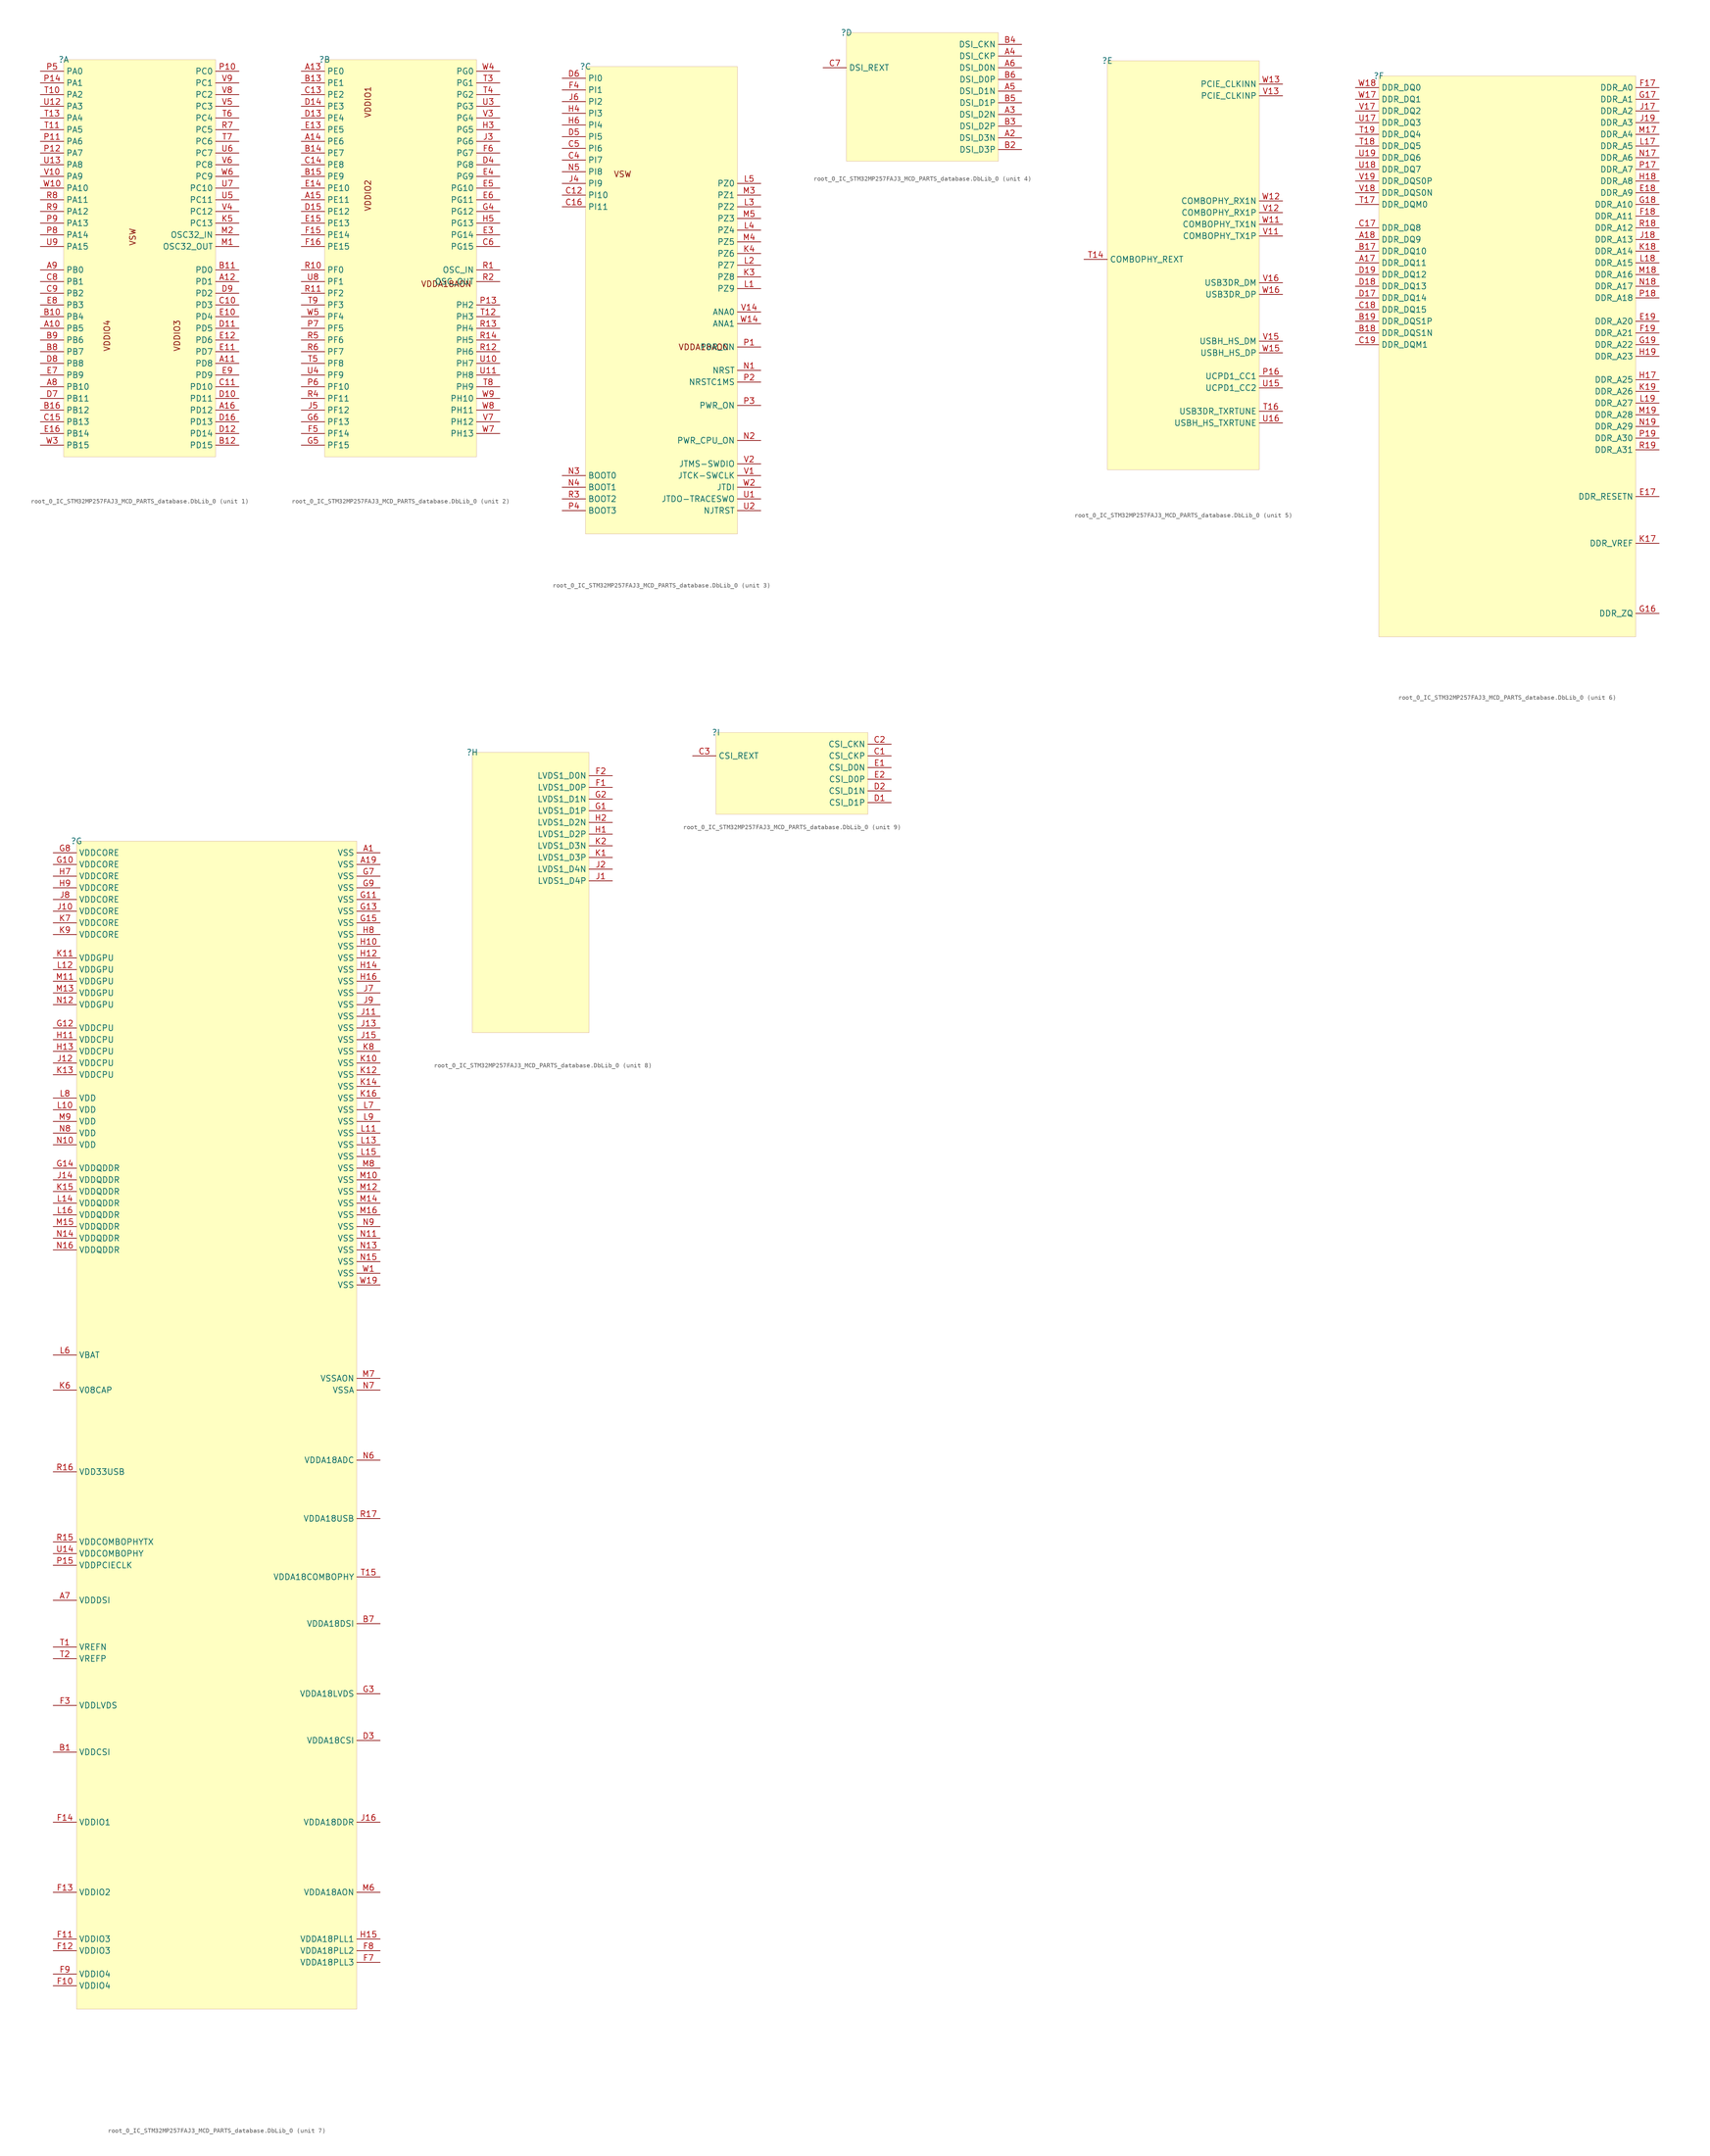
<source format=kicad_sym>
(kicad_symbol_lib
  (version 20241209)
  (generator "kicad_symbol_editor")
  (generator_version "9.0")
  (symbol "root_0_IC_STM32MP257FAJ3_MCD_PARTS_database.DbLib_0"
    (property "Reference" ""
      (at 0 0 0)
      (effects (font (size 1.27 1.27))))
    (property "Value" ""
      (at 0 0 0)
      (effects (font (size 1.27 1.27))))
    (symbol "root_0_IC_STM32MP257FAJ3_MCD_PARTS_database.DbLib_0_1_0"
      (rectangle (start 33.02 0) (end 0 -86.36) (stroke (width 0.025) (type solid) (color 128 0 0 1)) (fill (type background)))
      (text "VDDIO4" (at 10.16 -63.5 900) (effects (font (size 1.27 1.27)) (justify left bottom)))
      (text "VSW" (at 15.748 -36.576 900) (effects (font (size 1.27 1.27)) (justify right bottom)))
      (text "VDDIO3" (at 25.4 -63.5 900) (effects (font (size 1.27 1.27)) (justify left bottom)))
      (pin passive line (at -5.08 -2.54 0) (length 5.08) (name "PA0" (effects (font (size 1.27 1.27)))) (number "P5" (effects (font (size 1.27 1.27)))))
      (pin passive line (at -5.08 -5.08 0) (length 5.08) (name "PA1" (effects (font (size 1.27 1.27)))) (number "P14" (effects (font (size 1.27 1.27)))))
      (pin passive line (at -5.08 -7.62 0) (length 5.08) (name "PA2" (effects (font (size 1.27 1.27)))) (number "T10" (effects (font (size 1.27 1.27)))))
      (pin passive line (at -5.08 -10.16 0) (length 5.08) (name "PA3" (effects (font (size 1.27 1.27)))) (number "U12" (effects (font (size 1.27 1.27)))))
      (pin passive line (at -5.08 -12.7 0) (length 5.08) (name "PA4" (effects (font (size 1.27 1.27)))) (number "T13" (effects (font (size 1.27 1.27)))))
      (pin passive line (at -5.08 -15.24 0) (length 5.08) (name "PA5" (effects (font (size 1.27 1.27)))) (number "T11" (effects (font (size 1.27 1.27)))))
      (pin passive line (at -5.08 -17.78 0) (length 5.08) (name "PA6" (effects (font (size 1.27 1.27)))) (number "P11" (effects (font (size 1.27 1.27)))))
      (pin passive line (at -5.08 -20.32 0) (length 5.08) (name "PA7" (effects (font (size 1.27 1.27)))) (number "P12" (effects (font (size 1.27 1.27)))))
      (pin passive line (at -5.08 -22.86 0) (length 5.08) (name "PA8" (effects (font (size 1.27 1.27)))) (number "U13" (effects (font (size 1.27 1.27)))))
      (pin passive line (at -5.08 -25.4 0) (length 5.08) (name "PA9" (effects (font (size 1.27 1.27)))) (number "V10" (effects (font (size 1.27 1.27)))))
      (pin passive line (at -5.08 -27.94 0) (length 5.08) (name "PA10" (effects (font (size 1.27 1.27)))) (number "W10" (effects (font (size 1.27 1.27)))))
      (pin passive line (at -5.08 -30.48 0) (length 5.08) (name "PA11" (effects (font (size 1.27 1.27)))) (number "R8" (effects (font (size 1.27 1.27)))))
      (pin passive line (at -5.08 -33.02 0) (length 5.08) (name "PA12" (effects (font (size 1.27 1.27)))) (number "R9" (effects (font (size 1.27 1.27)))))
      (pin passive line (at -5.08 -35.56 0) (length 5.08) (name "PA13" (effects (font (size 1.27 1.27)))) (number "P9" (effects (font (size 1.27 1.27)))))
      (pin passive line (at -5.08 -38.1 0) (length 5.08) (name "PA14" (effects (font (size 1.27 1.27)))) (number "P8" (effects (font (size 1.27 1.27)))))
      (pin passive line (at -5.08 -40.64 0) (length 5.08) (name "PA15" (effects (font (size 1.27 1.27)))) (number "U9" (effects (font (size 1.27 1.27)))))
      (pin passive line (at -5.08 -45.72 0) (length 5.08) (name "PB0" (effects (font (size 1.27 1.27)))) (number "A9" (effects (font (size 1.27 1.27)))))
      (pin passive line (at -5.08 -48.26 0) (length 5.08) (name "PB1" (effects (font (size 1.27 1.27)))) (number "C8" (effects (font (size 1.27 1.27)))))
      (pin passive line (at -5.08 -50.8 0) (length 5.08) (name "PB2" (effects (font (size 1.27 1.27)))) (number "C9" (effects (font (size 1.27 1.27)))))
      (pin passive line (at -5.08 -53.34 0) (length 5.08) (name "PB3" (effects (font (size 1.27 1.27)))) (number "E8" (effects (font (size 1.27 1.27)))))
      (pin passive line (at -5.08 -55.88 0) (length 5.08) (name "PB4" (effects (font (size 1.27 1.27)))) (number "B10" (effects (font (size 1.27 1.27)))))
      (pin passive line (at -5.08 -58.42 0) (length 5.08) (name "PB5" (effects (font (size 1.27 1.27)))) (number "A10" (effects (font (size 1.27 1.27)))))
      (pin passive line (at -5.08 -60.96 0) (length 5.08) (name "PB6" (effects (font (size 1.27 1.27)))) (number "B9" (effects (font (size 1.27 1.27)))))
      (pin passive line (at -5.08 -63.5 0) (length 5.08) (name "PB7" (effects (font (size 1.27 1.27)))) (number "B8" (effects (font (size 1.27 1.27)))))
      (pin passive line (at -5.08 -66.04 0) (length 5.08) (name "PB8" (effects (font (size 1.27 1.27)))) (number "D8" (effects (font (size 1.27 1.27)))))
      (pin passive line (at -5.08 -68.58 0) (length 5.08) (name "PB9" (effects (font (size 1.27 1.27)))) (number "E7" (effects (font (size 1.27 1.27)))))
      (pin passive line (at -5.08 -71.12 0) (length 5.08) (name "PB10" (effects (font (size 1.27 1.27)))) (number "A8" (effects (font (size 1.27 1.27)))))
      (pin passive line (at -5.08 -73.66 0) (length 5.08) (name "PB11" (effects (font (size 1.27 1.27)))) (number "D7" (effects (font (size 1.27 1.27)))))
      (pin passive line (at -5.08 -76.2 0) (length 5.08) (name "PB12" (effects (font (size 1.27 1.27)))) (number "B16" (effects (font (size 1.27 1.27)))))
      (pin passive line (at -5.08 -78.74 0) (length 5.08) (name "PB13" (effects (font (size 1.27 1.27)))) (number "C15" (effects (font (size 1.27 1.27)))))
      (pin passive line (at -5.08 -81.28 0) (length 5.08) (name "PB14" (effects (font (size 1.27 1.27)))) (number "E16" (effects (font (size 1.27 1.27)))))
      (pin passive line (at -5.08 -83.82 0) (length 5.08) (name "PB15" (effects (font (size 1.27 1.27)))) (number "W3" (effects (font (size 1.27 1.27)))))
      (pin passive line (at 38.1 -2.54 180) (length 5.08) (name "PC0" (effects (font (size 1.27 1.27)))) (number "P10" (effects (font (size 1.27 1.27)))))
      (pin passive line (at 38.1 -5.08 180) (length 5.08) (name "PC1" (effects (font (size 1.27 1.27)))) (number "V9" (effects (font (size 1.27 1.27)))))
      (pin passive line (at 38.1 -7.62 180) (length 5.08) (name "PC2" (effects (font (size 1.27 1.27)))) (number "V8" (effects (font (size 1.27 1.27)))))
      (pin passive line (at 38.1 -10.16 180) (length 5.08) (name "PC3" (effects (font (size 1.27 1.27)))) (number "V5" (effects (font (size 1.27 1.27)))))
      (pin passive line (at 38.1 -12.7 180) (length 5.08) (name "PC4" (effects (font (size 1.27 1.27)))) (number "T6" (effects (font (size 1.27 1.27)))))
      (pin passive line (at 38.1 -15.24 180) (length 5.08) (name "PC5" (effects (font (size 1.27 1.27)))) (number "R7" (effects (font (size 1.27 1.27)))))
      (pin passive line (at 38.1 -17.78 180) (length 5.08) (name "PC6" (effects (font (size 1.27 1.27)))) (number "T7" (effects (font (size 1.27 1.27)))))
      (pin passive line (at 38.1 -20.32 180) (length 5.08) (name "PC7" (effects (font (size 1.27 1.27)))) (number "U6" (effects (font (size 1.27 1.27)))))
      (pin passive line (at 38.1 -22.86 180) (length 5.08) (name "PC8" (effects (font (size 1.27 1.27)))) (number "V6" (effects (font (size 1.27 1.27)))))
      (pin passive line (at 38.1 -25.4 180) (length 5.08) (name "PC9" (effects (font (size 1.27 1.27)))) (number "W6" (effects (font (size 1.27 1.27)))))
      (pin passive line (at 38.1 -27.94 180) (length 5.08) (name "PC10" (effects (font (size 1.27 1.27)))) (number "U7" (effects (font (size 1.27 1.27)))))
      (pin passive line (at 38.1 -30.48 180) (length 5.08) (name "PC11" (effects (font (size 1.27 1.27)))) (number "U5" (effects (font (size 1.27 1.27)))))
      (pin passive line (at 38.1 -33.02 180) (length 5.08) (name "PC12" (effects (font (size 1.27 1.27)))) (number "V4" (effects (font (size 1.27 1.27)))))
      (pin passive line (at 38.1 -35.56 180) (length 5.08) (name "PC13" (effects (font (size 1.27 1.27)))) (number "K5" (effects (font (size 1.27 1.27)))))
      (pin passive line (at 38.1 -38.1 180) (length 5.08) (name "OSC32_IN" (effects (font (size 1.27 1.27)))) (number "M2" (effects (font (size 1.27 1.27)))))
      (pin passive line (at 38.1 -40.64 180) (length 5.08) (name "OSC32_OUT" (effects (font (size 1.27 1.27)))) (number "M1" (effects (font (size 1.27 1.27)))))
      (pin passive line (at 38.1 -45.72 180) (length 5.08) (name "PD0" (effects (font (size 1.27 1.27)))) (number "B11" (effects (font (size 1.27 1.27)))))
      (pin passive line (at 38.1 -48.26 180) (length 5.08) (name "PD1" (effects (font (size 1.27 1.27)))) (number "A12" (effects (font (size 1.27 1.27)))))
      (pin passive line (at 38.1 -50.8 180) (length 5.08) (name "PD2" (effects (font (size 1.27 1.27)))) (number "D9" (effects (font (size 1.27 1.27)))))
      (pin passive line (at 38.1 -53.34 180) (length 5.08) (name "PD3" (effects (font (size 1.27 1.27)))) (number "C10" (effects (font (size 1.27 1.27)))))
      (pin passive line (at 38.1 -55.88 180) (length 5.08) (name "PD4" (effects (font (size 1.27 1.27)))) (number "E10" (effects (font (size 1.27 1.27)))))
      (pin passive line (at 38.1 -58.42 180) (length 5.08) (name "PD5" (effects (font (size 1.27 1.27)))) (number "D11" (effects (font (size 1.27 1.27)))))
      (pin passive line (at 38.1 -60.96 180) (length 5.08) (name "PD6" (effects (font (size 1.27 1.27)))) (number "E12" (effects (font (size 1.27 1.27)))))
      (pin passive line (at 38.1 -63.5 180) (length 5.08) (name "PD7" (effects (font (size 1.27 1.27)))) (number "E11" (effects (font (size 1.27 1.27)))))
      (pin passive line (at 38.1 -66.04 180) (length 5.08) (name "PD8" (effects (font (size 1.27 1.27)))) (number "A11" (effects (font (size 1.27 1.27)))))
      (pin passive line (at 38.1 -68.58 180) (length 5.08) (name "PD9" (effects (font (size 1.27 1.27)))) (number "E9" (effects (font (size 1.27 1.27)))))
      (pin passive line (at 38.1 -71.12 180) (length 5.08) (name "PD10" (effects (font (size 1.27 1.27)))) (number "C11" (effects (font (size 1.27 1.27)))))
      (pin passive line (at 38.1 -73.66 180) (length 5.08) (name "PD11" (effects (font (size 1.27 1.27)))) (number "D10" (effects (font (size 1.27 1.27)))))
      (pin passive line (at 38.1 -76.2 180) (length 5.08) (name "PD12" (effects (font (size 1.27 1.27)))) (number "A16" (effects (font (size 1.27 1.27)))))
      (pin passive line (at 38.1 -78.74 180) (length 5.08) (name "PD13" (effects (font (size 1.27 1.27)))) (number "D16" (effects (font (size 1.27 1.27)))))
      (pin passive line (at 38.1 -81.28 180) (length 5.08) (name "PD14" (effects (font (size 1.27 1.27)))) (number "D12" (effects (font (size 1.27 1.27)))))
      (pin passive line (at 38.1 -83.82 180) (length 5.08) (name "PD15" (effects (font (size 1.27 1.27)))) (number "B12" (effects (font (size 1.27 1.27))))))
    (symbol "root_0_IC_STM32MP257FAJ3_MCD_PARTS_database.DbLib_0_2_0"
      (rectangle (start 33.02 0) (end 0 -86.36) (stroke (width 0.025) (type solid) (color 128 0 0 1)) (fill (type background)))
      (text "VDDIO1" (at 10.16 -12.7 900) (effects (font (size 1.27 1.27)) (justify left bottom)))
      (text "VDDIO2" (at 10.16 -33.02 900) (effects (font (size 1.27 1.27)) (justify left bottom)))
      (text "VDDA18AON" (at 32.004 -49.53 0) (effects (font (size 1.27 1.27)) (justify right bottom)))
      (pin passive line (at -5.08 -2.54 0) (length 5.08) (name "PE0" (effects (font (size 1.27 1.27)))) (number "A13" (effects (font (size 1.27 1.27)))))
      (pin passive line (at -5.08 -5.08 0) (length 5.08) (name "PE1" (effects (font (size 1.27 1.27)))) (number "B13" (effects (font (size 1.27 1.27)))))
      (pin passive line (at -5.08 -7.62 0) (length 5.08) (name "PE2" (effects (font (size 1.27 1.27)))) (number "C13" (effects (font (size 1.27 1.27)))))
      (pin passive line (at -5.08 -10.16 0) (length 5.08) (name "PE3" (effects (font (size 1.27 1.27)))) (number "D14" (effects (font (size 1.27 1.27)))))
      (pin passive line (at -5.08 -12.7 0) (length 5.08) (name "PE4" (effects (font (size 1.27 1.27)))) (number "D13" (effects (font (size 1.27 1.27)))))
      (pin passive line (at -5.08 -15.24 0) (length 5.08) (name "PE5" (effects (font (size 1.27 1.27)))) (number "E13" (effects (font (size 1.27 1.27)))))
      (pin passive line (at -5.08 -17.78 0) (length 5.08) (name "PE6" (effects (font (size 1.27 1.27)))) (number "A14" (effects (font (size 1.27 1.27)))))
      (pin passive line (at -5.08 -20.32 0) (length 5.08) (name "PE7" (effects (font (size 1.27 1.27)))) (number "B14" (effects (font (size 1.27 1.27)))))
      (pin passive line (at -5.08 -22.86 0) (length 5.08) (name "PE8" (effects (font (size 1.27 1.27)))) (number "C14" (effects (font (size 1.27 1.27)))))
      (pin passive line (at -5.08 -25.4 0) (length 5.08) (name "PE9" (effects (font (size 1.27 1.27)))) (number "B15" (effects (font (size 1.27 1.27)))))
      (pin passive line (at -5.08 -27.94 0) (length 5.08) (name "PE10" (effects (font (size 1.27 1.27)))) (number "E14" (effects (font (size 1.27 1.27)))))
      (pin passive line (at -5.08 -30.48 0) (length 5.08) (name "PE11" (effects (font (size 1.27 1.27)))) (number "A15" (effects (font (size 1.27 1.27)))))
      (pin passive line (at -5.08 -33.02 0) (length 5.08) (name "PE12" (effects (font (size 1.27 1.27)))) (number "D15" (effects (font (size 1.27 1.27)))))
      (pin passive line (at -5.08 -35.56 0) (length 5.08) (name "PE13" (effects (font (size 1.27 1.27)))) (number "E15" (effects (font (size 1.27 1.27)))))
      (pin passive line (at -5.08 -38.1 0) (length 5.08) (name "PE14" (effects (font (size 1.27 1.27)))) (number "F15" (effects (font (size 1.27 1.27)))))
      (pin passive line (at -5.08 -40.64 0) (length 5.08) (name "PE15" (effects (font (size 1.27 1.27)))) (number "F16" (effects (font (size 1.27 1.27)))))
      (pin passive line (at -5.08 -45.72 0) (length 5.08) (name "PF0" (effects (font (size 1.27 1.27)))) (number "R10" (effects (font (size 1.27 1.27)))))
      (pin passive line (at -5.08 -48.26 0) (length 5.08) (name "PF1" (effects (font (size 1.27 1.27)))) (number "U8" (effects (font (size 1.27 1.27)))))
      (pin passive line (at -5.08 -50.8 0) (length 5.08) (name "PF2" (effects (font (size 1.27 1.27)))) (number "R11" (effects (font (size 1.27 1.27)))))
      (pin passive line (at -5.08 -53.34 0) (length 5.08) (name "PF3" (effects (font (size 1.27 1.27)))) (number "T9" (effects (font (size 1.27 1.27)))))
      (pin passive line (at -5.08 -55.88 0) (length 5.08) (name "PF4" (effects (font (size 1.27 1.27)))) (number "W5" (effects (font (size 1.27 1.27)))))
      (pin passive line (at -5.08 -58.42 0) (length 5.08) (name "PF5" (effects (font (size 1.27 1.27)))) (number "P7" (effects (font (size 1.27 1.27)))))
      (pin passive line (at -5.08 -60.96 0) (length 5.08) (name "PF6" (effects (font (size 1.27 1.27)))) (number "R5" (effects (font (size 1.27 1.27)))))
      (pin passive line (at -5.08 -63.5 0) (length 5.08) (name "PF7" (effects (font (size 1.27 1.27)))) (number "R6" (effects (font (size 1.27 1.27)))))
      (pin passive line (at -5.08 -66.04 0) (length 5.08) (name "PF8" (effects (font (size 1.27 1.27)))) (number "T5" (effects (font (size 1.27 1.27)))))
      (pin passive line (at -5.08 -68.58 0) (length 5.08) (name "PF9" (effects (font (size 1.27 1.27)))) (number "U4" (effects (font (size 1.27 1.27)))))
      (pin passive line (at -5.08 -71.12 0) (length 5.08) (name "PF10" (effects (font (size 1.27 1.27)))) (number "P6" (effects (font (size 1.27 1.27)))))
      (pin passive line (at -5.08 -73.66 0) (length 5.08) (name "PF11" (effects (font (size 1.27 1.27)))) (number "R4" (effects (font (size 1.27 1.27)))))
      (pin passive line (at -5.08 -76.2 0) (length 5.08) (name "PF12" (effects (font (size 1.27 1.27)))) (number "J5" (effects (font (size 1.27 1.27)))))
      (pin passive line (at -5.08 -78.74 0) (length 5.08) (name "PF13" (effects (font (size 1.27 1.27)))) (number "G6" (effects (font (size 1.27 1.27)))))
      (pin passive line (at -5.08 -81.28 0) (length 5.08) (name "PF14" (effects (font (size 1.27 1.27)))) (number "F5" (effects (font (size 1.27 1.27)))))
      (pin passive line (at -5.08 -83.82 0) (length 5.08) (name "PF15" (effects (font (size 1.27 1.27)))) (number "G5" (effects (font (size 1.27 1.27)))))
      (pin passive line (at 38.1 -2.54 180) (length 5.08) (name "PG0" (effects (font (size 1.27 1.27)))) (number "W4" (effects (font (size 1.27 1.27)))))
      (pin passive line (at 38.1 -5.08 180) (length 5.08) (name "PG1" (effects (font (size 1.27 1.27)))) (number "T3" (effects (font (size 1.27 1.27)))))
      (pin passive line (at 38.1 -7.62 180) (length 5.08) (name "PG2" (effects (font (size 1.27 1.27)))) (number "T4" (effects (font (size 1.27 1.27)))))
      (pin passive line (at 38.1 -10.16 180) (length 5.08) (name "PG3" (effects (font (size 1.27 1.27)))) (number "U3" (effects (font (size 1.27 1.27)))))
      (pin passive line (at 38.1 -12.7 180) (length 5.08) (name "PG4" (effects (font (size 1.27 1.27)))) (number "V3" (effects (font (size 1.27 1.27)))))
      (pin passive line (at 38.1 -15.24 180) (length 5.08) (name "PG5" (effects (font (size 1.27 1.27)))) (number "H3" (effects (font (size 1.27 1.27)))))
      (pin passive line (at 38.1 -17.78 180) (length 5.08) (name "PG6" (effects (font (size 1.27 1.27)))) (number "J3" (effects (font (size 1.27 1.27)))))
      (pin passive line (at 38.1 -20.32 180) (length 5.08) (name "PG7" (effects (font (size 1.27 1.27)))) (number "F6" (effects (font (size 1.27 1.27)))))
      (pin passive line (at 38.1 -22.86 180) (length 5.08) (name "PG8" (effects (font (size 1.27 1.27)))) (number "D4" (effects (font (size 1.27 1.27)))))
      (pin passive line (at 38.1 -25.4 180) (length 5.08) (name "PG9" (effects (font (size 1.27 1.27)))) (number "E4" (effects (font (size 1.27 1.27)))))
      (pin passive line (at 38.1 -27.94 180) (length 5.08) (name "PG10" (effects (font (size 1.27 1.27)))) (number "E5" (effects (font (size 1.27 1.27)))))
      (pin passive line (at 38.1 -30.48 180) (length 5.08) (name "PG11" (effects (font (size 1.27 1.27)))) (number "E6" (effects (font (size 1.27 1.27)))))
      (pin passive line (at 38.1 -33.02 180) (length 5.08) (name "PG12" (effects (font (size 1.27 1.27)))) (number "G4" (effects (font (size 1.27 1.27)))))
      (pin passive line (at 38.1 -35.56 180) (length 5.08) (name "PG13" (effects (font (size 1.27 1.27)))) (number "H5" (effects (font (size 1.27 1.27)))))
      (pin passive line (at 38.1 -38.1 180) (length 5.08) (name "PG14" (effects (font (size 1.27 1.27)))) (number "E3" (effects (font (size 1.27 1.27)))))
      (pin passive line (at 38.1 -40.64 180) (length 5.08) (name "PG15" (effects (font (size 1.27 1.27)))) (number "C6" (effects (font (size 1.27 1.27)))))
      (pin passive line (at 38.1 -45.72 180) (length 5.08) (name "OSC_IN" (effects (font (size 1.27 1.27)))) (number "R1" (effects (font (size 1.27 1.27)))))
      (pin passive line (at 38.1 -48.26 180) (length 5.08) (name "OSC_OUT" (effects (font (size 1.27 1.27)))) (number "R2" (effects (font (size 1.27 1.27)))))
      (pin passive line (at 38.1 -53.34 180) (length 5.08) (name "PH2" (effects (font (size 1.27 1.27)))) (number "P13" (effects (font (size 1.27 1.27)))))
      (pin passive line (at 38.1 -55.88 180) (length 5.08) (name "PH3" (effects (font (size 1.27 1.27)))) (number "T12" (effects (font (size 1.27 1.27)))))
      (pin passive line (at 38.1 -58.42 180) (length 5.08) (name "PH4" (effects (font (size 1.27 1.27)))) (number "R13" (effects (font (size 1.27 1.27)))))
      (pin passive line (at 38.1 -60.96 180) (length 5.08) (name "PH5" (effects (font (size 1.27 1.27)))) (number "R14" (effects (font (size 1.27 1.27)))))
      (pin passive line (at 38.1 -63.5 180) (length 5.08) (name "PH6" (effects (font (size 1.27 1.27)))) (number "R12" (effects (font (size 1.27 1.27)))))
      (pin passive line (at 38.1 -66.04 180) (length 5.08) (name "PH7" (effects (font (size 1.27 1.27)))) (number "U10" (effects (font (size 1.27 1.27)))))
      (pin passive line (at 38.1 -68.58 180) (length 5.08) (name "PH8" (effects (font (size 1.27 1.27)))) (number "U11" (effects (font (size 1.27 1.27)))))
      (pin passive line (at 38.1 -71.12 180) (length 5.08) (name "PH9" (effects (font (size 1.27 1.27)))) (number "T8" (effects (font (size 1.27 1.27)))))
      (pin passive line (at 38.1 -73.66 180) (length 5.08) (name "PH10" (effects (font (size 1.27 1.27)))) (number "W9" (effects (font (size 1.27 1.27)))))
      (pin passive line (at 38.1 -76.2 180) (length 5.08) (name "PH11" (effects (font (size 1.27 1.27)))) (number "W8" (effects (font (size 1.27 1.27)))))
      (pin passive line (at 38.1 -78.74 180) (length 5.08) (name "PH12" (effects (font (size 1.27 1.27)))) (number "V7" (effects (font (size 1.27 1.27)))))
      (pin passive line (at 38.1 -81.28 180) (length 5.08) (name "PH13" (effects (font (size 1.27 1.27)))) (number "W7" (effects (font (size 1.27 1.27))))))
    (symbol "root_0_IC_STM32MP257FAJ3_MCD_PARTS_database.DbLib_0_3_0"
      (rectangle (start 33.02 0) (end 0 -101.6) (stroke (width 0.025) (type solid) (color 128 0 0 1)) (fill (type background)))
      (text "VSW" (at 6.096 -24.13 0) (effects (font (size 1.27 1.27)) (justify left bottom)))
      (text "VDDA18AON" (at 31.242 -61.722 0) (effects (font (size 1.27 1.27)) (justify right bottom)))
      (pin passive line (at -5.08 -2.54 0) (length 5.08) (name "PI0" (effects (font (size 1.27 1.27)))) (number "D6" (effects (font (size 1.27 1.27)))))
      (pin passive line (at -5.08 -5.08 0) (length 5.08) (name "PI1" (effects (font (size 1.27 1.27)))) (number "F4" (effects (font (size 1.27 1.27)))))
      (pin passive line (at -5.08 -7.62 0) (length 5.08) (name "PI2" (effects (font (size 1.27 1.27)))) (number "J6" (effects (font (size 1.27 1.27)))))
      (pin passive line (at -5.08 -10.16 0) (length 5.08) (name "PI3" (effects (font (size 1.27 1.27)))) (number "H4" (effects (font (size 1.27 1.27)))))
      (pin passive line (at -5.08 -12.7 0) (length 5.08) (name "PI4" (effects (font (size 1.27 1.27)))) (number "H6" (effects (font (size 1.27 1.27)))))
      (pin passive line (at -5.08 -15.24 0) (length 5.08) (name "PI5" (effects (font (size 1.27 1.27)))) (number "D5" (effects (font (size 1.27 1.27)))))
      (pin passive line (at -5.08 -17.78 0) (length 5.08) (name "PI6" (effects (font (size 1.27 1.27)))) (number "C5" (effects (font (size 1.27 1.27)))))
      (pin passive line (at -5.08 -20.32 0) (length 5.08) (name "PI7" (effects (font (size 1.27 1.27)))) (number "C4" (effects (font (size 1.27 1.27)))))
      (pin passive line (at -5.08 -22.86 0) (length 5.08) (name "PI8" (effects (font (size 1.27 1.27)))) (number "N5" (effects (font (size 1.27 1.27)))))
      (pin passive line (at -5.08 -25.4 0) (length 5.08) (name "PI9" (effects (font (size 1.27 1.27)))) (number "J4" (effects (font (size 1.27 1.27)))))
      (pin passive line (at -5.08 -27.94 0) (length 5.08) (name "PI10" (effects (font (size 1.27 1.27)))) (number "C12" (effects (font (size 1.27 1.27)))))
      (pin passive line (at -5.08 -30.48 0) (length 5.08) (name "PI11" (effects (font (size 1.27 1.27)))) (number "C16" (effects (font (size 1.27 1.27)))))
      (pin passive line (at -5.08 -88.9 0) (length 5.08) (name "BOOT0" (effects (font (size 1.27 1.27)))) (number "N3" (effects (font (size 1.27 1.27)))))
      (pin passive line (at -5.08 -91.44 0) (length 5.08) (name "BOOT1" (effects (font (size 1.27 1.27)))) (number "N4" (effects (font (size 1.27 1.27)))))
      (pin passive line (at -5.08 -93.98 0) (length 5.08) (name "BOOT2" (effects (font (size 1.27 1.27)))) (number "R3" (effects (font (size 1.27 1.27)))))
      (pin passive line (at -5.08 -96.52 0) (length 5.08) (name "BOOT3" (effects (font (size 1.27 1.27)))) (number "P4" (effects (font (size 1.27 1.27)))))
      (pin passive line (at 38.1 -25.4 180) (length 5.08) (name "PZ0" (effects (font (size 1.27 1.27)))) (number "L5" (effects (font (size 1.27 1.27)))))
      (pin passive line (at 38.1 -27.94 180) (length 5.08) (name "PZ1" (effects (font (size 1.27 1.27)))) (number "M3" (effects (font (size 1.27 1.27)))))
      (pin passive line (at 38.1 -30.48 180) (length 5.08) (name "PZ2" (effects (font (size 1.27 1.27)))) (number "L3" (effects (font (size 1.27 1.27)))))
      (pin passive line (at 38.1 -33.02 180) (length 5.08) (name "PZ3" (effects (font (size 1.27 1.27)))) (number "M5" (effects (font (size 1.27 1.27)))))
      (pin passive line (at 38.1 -35.56 180) (length 5.08) (name "PZ4" (effects (font (size 1.27 1.27)))) (number "L4" (effects (font (size 1.27 1.27)))))
      (pin passive line (at 38.1 -38.1 180) (length 5.08) (name "PZ5" (effects (font (size 1.27 1.27)))) (number "M4" (effects (font (size 1.27 1.27)))))
      (pin passive line (at 38.1 -40.64 180) (length 5.08) (name "PZ6" (effects (font (size 1.27 1.27)))) (number "K4" (effects (font (size 1.27 1.27)))))
      (pin passive line (at 38.1 -43.18 180) (length 5.08) (name "PZ7" (effects (font (size 1.27 1.27)))) (number "L2" (effects (font (size 1.27 1.27)))))
      (pin passive line (at 38.1 -45.72 180) (length 5.08) (name "PZ8" (effects (font (size 1.27 1.27)))) (number "K3" (effects (font (size 1.27 1.27)))))
      (pin passive line (at 38.1 -48.26 180) (length 5.08) (name "PZ9" (effects (font (size 1.27 1.27)))) (number "L1" (effects (font (size 1.27 1.27)))))
      (pin passive line (at 38.1 -53.34 180) (length 5.08) (name "ANA0" (effects (font (size 1.27 1.27)))) (number "V14" (effects (font (size 1.27 1.27)))))
      (pin passive line (at 38.1 -55.88 180) (length 5.08) (name "ANA1" (effects (font (size 1.27 1.27)))) (number "W14" (effects (font (size 1.27 1.27)))))
      (pin passive line (at 38.1 -60.96 180) (length 5.08) (name "PDR_ON" (effects (font (size 1.27 1.27)))) (number "P1" (effects (font (size 1.27 1.27)))))
      (pin passive line (at 38.1 -66.04 180) (length 5.08) (name "NRST" (effects (font (size 1.27 1.27)))) (number "N1" (effects (font (size 1.27 1.27)))))
      (pin passive line (at 38.1 -68.58 180) (length 5.08) (name "NRSTC1MS" (effects (font (size 1.27 1.27)))) (number "P2" (effects (font (size 1.27 1.27)))))
      (pin passive line (at 38.1 -73.66 180) (length 5.08) (name "PWR_ON" (effects (font (size 1.27 1.27)))) (number "P3" (effects (font (size 1.27 1.27)))))
      (pin passive line (at 38.1 -81.28 180) (length 5.08) (name "PWR_CPU_ON" (effects (font (size 1.27 1.27)))) (number "N2" (effects (font (size 1.27 1.27)))))
      (pin passive line (at 38.1 -86.36 180) (length 5.08) (name "JTMS-SWDIO" (effects (font (size 1.27 1.27)))) (number "V2" (effects (font (size 1.27 1.27)))))
      (pin passive line (at 38.1 -88.9 180) (length 5.08) (name "JTCK-SWCLK" (effects (font (size 1.27 1.27)))) (number "V1" (effects (font (size 1.27 1.27)))))
      (pin passive line (at 38.1 -91.44 180) (length 5.08) (name "JTDI" (effects (font (size 1.27 1.27)))) (number "W2" (effects (font (size 1.27 1.27)))))
      (pin passive line (at 38.1 -93.98 180) (length 5.08) (name "JTDO-TRACESWO" (effects (font (size 1.27 1.27)))) (number "U1" (effects (font (size 1.27 1.27)))))
      (pin passive line (at 38.1 -96.52 180) (length 5.08) (name "NJTRST" (effects (font (size 1.27 1.27)))) (number "U2" (effects (font (size 1.27 1.27))))))
    (symbol "root_0_IC_STM32MP257FAJ3_MCD_PARTS_database.DbLib_0_4_0"
      (rectangle (start 33.02 0) (end 0 -27.94) (stroke (width 0.025) (type solid) (color 128 0 0 1)) (fill (type background)))
      (pin passive line (at -5.08 -7.62 0) (length 5.08) (name "DSI_REXT" (effects (font (size 1.27 1.27)))) (number "C7" (effects (font (size 1.27 1.27)))))
      (pin passive line (at 38.1 -2.54 180) (length 5.08) (name "DSI_CKN" (effects (font (size 1.27 1.27)))) (number "B4" (effects (font (size 1.27 1.27)))))
      (pin passive line (at 38.1 -5.08 180) (length 5.08) (name "DSI_CKP" (effects (font (size 1.27 1.27)))) (number "A4" (effects (font (size 1.27 1.27)))))
      (pin passive line (at 38.1 -7.62 180) (length 5.08) (name "DSI_D0N" (effects (font (size 1.27 1.27)))) (number "A6" (effects (font (size 1.27 1.27)))))
      (pin passive line (at 38.1 -10.16 180) (length 5.08) (name "DSI_D0P" (effects (font (size 1.27 1.27)))) (number "B6" (effects (font (size 1.27 1.27)))))
      (pin passive line (at 38.1 -12.7 180) (length 5.08) (name "DSI_D1N" (effects (font (size 1.27 1.27)))) (number "A5" (effects (font (size 1.27 1.27)))))
      (pin passive line (at 38.1 -15.24 180) (length 5.08) (name "DSI_D1P" (effects (font (size 1.27 1.27)))) (number "B5" (effects (font (size 1.27 1.27)))))
      (pin passive line (at 38.1 -17.78 180) (length 5.08) (name "DSI_D2N" (effects (font (size 1.27 1.27)))) (number "A3" (effects (font (size 1.27 1.27)))))
      (pin passive line (at 38.1 -20.32 180) (length 5.08) (name "DSI_D2P" (effects (font (size 1.27 1.27)))) (number "B3" (effects (font (size 1.27 1.27)))))
      (pin passive line (at 38.1 -22.86 180) (length 5.08) (name "DSI_D3N" (effects (font (size 1.27 1.27)))) (number "A2" (effects (font (size 1.27 1.27)))))
      (pin passive line (at 38.1 -25.4 180) (length 5.08) (name "DSI_D3P" (effects (font (size 1.27 1.27)))) (number "B2" (effects (font (size 1.27 1.27))))))
    (symbol "root_0_IC_STM32MP257FAJ3_MCD_PARTS_database.DbLib_0_5_0"
      (rectangle (start 33.02 0) (end 0 -88.9) (stroke (width 0.025) (type solid) (color 128 0 0 1)) (fill (type background)))
      (pin passive line (at -5.08 -43.18 0) (length 5.08) (name "COMBOPHY_REXT" (effects (font (size 1.27 1.27)))) (number "T14" (effects (font (size 1.27 1.27)))))
      (pin passive line (at 38.1 -5.08 180) (length 5.08) (name "PCIE_CLKINN" (effects (font (size 1.27 1.27)))) (number "W13" (effects (font (size 1.27 1.27)))))
      (pin passive line (at 38.1 -7.62 180) (length 5.08) (name "PCIE_CLKINP" (effects (font (size 1.27 1.27)))) (number "V13" (effects (font (size 1.27 1.27)))))
      (pin passive line (at 38.1 -30.48 180) (length 5.08) (name "COMBOPHY_RX1N" (effects (font (size 1.27 1.27)))) (number "W12" (effects (font (size 1.27 1.27)))))
      (pin passive line (at 38.1 -33.02 180) (length 5.08) (name "COMBOPHY_RX1P" (effects (font (size 1.27 1.27)))) (number "V12" (effects (font (size 1.27 1.27)))))
      (pin passive line (at 38.1 -35.56 180) (length 5.08) (name "COMBOPHY_TX1N" (effects (font (size 1.27 1.27)))) (number "W11" (effects (font (size 1.27 1.27)))))
      (pin passive line (at 38.1 -38.1 180) (length 5.08) (name "COMBOPHY_TX1P" (effects (font (size 1.27 1.27)))) (number "V11" (effects (font (size 1.27 1.27)))))
      (pin passive line (at 38.1 -48.26 180) (length 5.08) (name "USB3DR_DM" (effects (font (size 1.27 1.27)))) (number "V16" (effects (font (size 1.27 1.27)))))
      (pin passive line (at 38.1 -50.8 180) (length 5.08) (name "USB3DR_DP" (effects (font (size 1.27 1.27)))) (number "W16" (effects (font (size 1.27 1.27)))))
      (pin passive line (at 38.1 -60.96 180) (length 5.08) (name "USBH_HS_DM" (effects (font (size 1.27 1.27)))) (number "V15" (effects (font (size 1.27 1.27)))))
      (pin passive line (at 38.1 -63.5 180) (length 5.08) (name "USBH_HS_DP" (effects (font (size 1.27 1.27)))) (number "W15" (effects (font (size 1.27 1.27)))))
      (pin passive line (at 38.1 -68.58 180) (length 5.08) (name "UCPD1_CC1" (effects (font (size 1.27 1.27)))) (number "P16" (effects (font (size 1.27 1.27)))))
      (pin passive line (at 38.1 -71.12 180) (length 5.08) (name "UCPD1_CC2" (effects (font (size 1.27 1.27)))) (number "U15" (effects (font (size 1.27 1.27)))))
      (pin passive line (at 38.1 -76.2 180) (length 5.08) (name "USB3DR_TXRTUNE" (effects (font (size 1.27 1.27)))) (number "T16" (effects (font (size 1.27 1.27)))))
      (pin passive line (at 38.1 -78.74 180) (length 5.08) (name "USBH_HS_TXRTUNE" (effects (font (size 1.27 1.27)))) (number "U16" (effects (font (size 1.27 1.27))))))
    (symbol "root_0_IC_STM32MP257FAJ3_MCD_PARTS_database.DbLib_0_6_0"
      (rectangle (start 55.88 0) (end 0 -121.92) (stroke (width 0.025) (type solid) (color 128 0 0 1)) (fill (type background)))
      (pin passive line (at -5.08 -2.54 0) (length 5.08) (name "DDR_DQ0" (effects (font (size 1.27 1.27)))) (number "W18" (effects (font (size 1.27 1.27)))))
      (pin passive line (at -5.08 -5.08 0) (length 5.08) (name "DDR_DQ1" (effects (font (size 1.27 1.27)))) (number "W17" (effects (font (size 1.27 1.27)))))
      (pin passive line (at -5.08 -7.62 0) (length 5.08) (name "DDR_DQ2" (effects (font (size 1.27 1.27)))) (number "V17" (effects (font (size 1.27 1.27)))))
      (pin passive line (at -5.08 -10.16 0) (length 5.08) (name "DDR_DQ3" (effects (font (size 1.27 1.27)))) (number "U17" (effects (font (size 1.27 1.27)))))
      (pin passive line (at -5.08 -12.7 0) (length 5.08) (name "DDR_DQ4" (effects (font (size 1.27 1.27)))) (number "T19" (effects (font (size 1.27 1.27)))))
      (pin passive line (at -5.08 -15.24 0) (length 5.08) (name "DDR_DQ5" (effects (font (size 1.27 1.27)))) (number "T18" (effects (font (size 1.27 1.27)))))
      (pin passive line (at -5.08 -17.78 0) (length 5.08) (name "DDR_DQ6" (effects (font (size 1.27 1.27)))) (number "U19" (effects (font (size 1.27 1.27)))))
      (pin passive line (at -5.08 -20.32 0) (length 5.08) (name "DDR_DQ7" (effects (font (size 1.27 1.27)))) (number "U18" (effects (font (size 1.27 1.27)))))
      (pin passive line (at -5.08 -22.86 0) (length 5.08) (name "DDR_DQS0P" (effects (font (size 1.27 1.27)))) (number "V19" (effects (font (size 1.27 1.27)))))
      (pin passive line (at -5.08 -25.4 0) (length 5.08) (name "DDR_DQS0N" (effects (font (size 1.27 1.27)))) (number "V18" (effects (font (size 1.27 1.27)))))
      (pin passive line (at -5.08 -27.94 0) (length 5.08) (name "DDR_DQM0" (effects (font (size 1.27 1.27)))) (number "T17" (effects (font (size 1.27 1.27)))))
      (pin passive line (at -5.08 -33.02 0) (length 5.08) (name "DDR_DQ8" (effects (font (size 1.27 1.27)))) (number "C17" (effects (font (size 1.27 1.27)))))
      (pin passive line (at -5.08 -35.56 0) (length 5.08) (name "DDR_DQ9" (effects (font (size 1.27 1.27)))) (number "A18" (effects (font (size 1.27 1.27)))))
      (pin passive line (at -5.08 -38.1 0) (length 5.08) (name "DDR_DQ10" (effects (font (size 1.27 1.27)))) (number "B17" (effects (font (size 1.27 1.27)))))
      (pin passive line (at -5.08 -40.64 0) (length 5.08) (name "DDR_DQ11" (effects (font (size 1.27 1.27)))) (number "A17" (effects (font (size 1.27 1.27)))))
      (pin passive line (at -5.08 -43.18 0) (length 5.08) (name "DDR_DQ12" (effects (font (size 1.27 1.27)))) (number "D19" (effects (font (size 1.27 1.27)))))
      (pin passive line (at -5.08 -45.72 0) (length 5.08) (name "DDR_DQ13" (effects (font (size 1.27 1.27)))) (number "D18" (effects (font (size 1.27 1.27)))))
      (pin passive line (at -5.08 -48.26 0) (length 5.08) (name "DDR_DQ14" (effects (font (size 1.27 1.27)))) (number "D17" (effects (font (size 1.27 1.27)))))
      (pin passive line (at -5.08 -50.8 0) (length 5.08) (name "DDR_DQ15" (effects (font (size 1.27 1.27)))) (number "C18" (effects (font (size 1.27 1.27)))))
      (pin passive line (at -5.08 -53.34 0) (length 5.08) (name "DDR_DQS1P" (effects (font (size 1.27 1.27)))) (number "B19" (effects (font (size 1.27 1.27)))))
      (pin passive line (at -5.08 -55.88 0) (length 5.08) (name "DDR_DQS1N" (effects (font (size 1.27 1.27)))) (number "B18" (effects (font (size 1.27 1.27)))))
      (pin passive line (at -5.08 -58.42 0) (length 5.08) (name "DDR_DQM1" (effects (font (size 1.27 1.27)))) (number "C19" (effects (font (size 1.27 1.27)))))
      (pin passive line (at 60.96 -2.54 180) (length 5.08) (name "DDR_A0" (effects (font (size 1.27 1.27)))) (number "F17" (effects (font (size 1.27 1.27)))))
      (pin passive line (at 60.96 -5.08 180) (length 5.08) (name "DDR_A1" (effects (font (size 1.27 1.27)))) (number "G17" (effects (font (size 1.27 1.27)))))
      (pin passive line (at 60.96 -7.62 180) (length 5.08) (name "DDR_A2" (effects (font (size 1.27 1.27)))) (number "J17" (effects (font (size 1.27 1.27)))))
      (pin passive line (at 60.96 -10.16 180) (length 5.08) (name "DDR_A3" (effects (font (size 1.27 1.27)))) (number "J19" (effects (font (size 1.27 1.27)))))
      (pin passive line (at 60.96 -12.7 180) (length 5.08) (name "DDR_A4" (effects (font (size 1.27 1.27)))) (number "M17" (effects (font (size 1.27 1.27)))))
      (pin passive line (at 60.96 -15.24 180) (length 5.08) (name "DDR_A5" (effects (font (size 1.27 1.27)))) (number "L17" (effects (font (size 1.27 1.27)))))
      (pin passive line (at 60.96 -17.78 180) (length 5.08) (name "DDR_A6" (effects (font (size 1.27 1.27)))) (number "N17" (effects (font (size 1.27 1.27)))))
      (pin passive line (at 60.96 -20.32 180) (length 5.08) (name "DDR_A7" (effects (font (size 1.27 1.27)))) (number "P17" (effects (font (size 1.27 1.27)))))
      (pin passive line (at 60.96 -22.86 180) (length 5.08) (name "DDR_A8" (effects (font (size 1.27 1.27)))) (number "H18" (effects (font (size 1.27 1.27)))))
      (pin passive line (at 60.96 -25.4 180) (length 5.08) (name "DDR_A9" (effects (font (size 1.27 1.27)))) (number "E18" (effects (font (size 1.27 1.27)))))
      (pin passive line (at 60.96 -27.94 180) (length 5.08) (name "DDR_A10" (effects (font (size 1.27 1.27)))) (number "G18" (effects (font (size 1.27 1.27)))))
      (pin passive line (at 60.96 -30.48 180) (length 5.08) (name "DDR_A11" (effects (font (size 1.27 1.27)))) (number "F18" (effects (font (size 1.27 1.27)))))
      (pin passive line (at 60.96 -33.02 180) (length 5.08) (name "DDR_A12" (effects (font (size 1.27 1.27)))) (number "R18" (effects (font (size 1.27 1.27)))))
      (pin passive line (at 60.96 -35.56 180) (length 5.08) (name "DDR_A13" (effects (font (size 1.27 1.27)))) (number "J18" (effects (font (size 1.27 1.27)))))
      (pin passive line (at 60.96 -38.1 180) (length 5.08) (name "DDR_A14" (effects (font (size 1.27 1.27)))) (number "K18" (effects (font (size 1.27 1.27)))))
      (pin passive line (at 60.96 -40.64 180) (length 5.08) (name "DDR_A15" (effects (font (size 1.27 1.27)))) (number "L18" (effects (font (size 1.27 1.27)))))
      (pin passive line (at 60.96 -43.18 180) (length 5.08) (name "DDR_A16" (effects (font (size 1.27 1.27)))) (number "M18" (effects (font (size 1.27 1.27)))))
      (pin passive line (at 60.96 -45.72 180) (length 5.08) (name "DDR_A17" (effects (font (size 1.27 1.27)))) (number "N18" (effects (font (size 1.27 1.27)))))
      (pin passive line (at 60.96 -48.26 180) (length 5.08) (name "DDR_A18" (effects (font (size 1.27 1.27)))) (number "P18" (effects (font (size 1.27 1.27)))))
      (pin passive line (at 60.96 -53.34 180) (length 5.08) (name "DDR_A20" (effects (font (size 1.27 1.27)))) (number "E19" (effects (font (size 1.27 1.27)))))
      (pin passive line (at 60.96 -55.88 180) (length 5.08) (name "DDR_A21" (effects (font (size 1.27 1.27)))) (number "F19" (effects (font (size 1.27 1.27)))))
      (pin passive line (at 60.96 -58.42 180) (length 5.08) (name "DDR_A22" (effects (font (size 1.27 1.27)))) (number "G19" (effects (font (size 1.27 1.27)))))
      (pin passive line (at 60.96 -60.96 180) (length 5.08) (name "DDR_A23" (effects (font (size 1.27 1.27)))) (number "H19" (effects (font (size 1.27 1.27)))))
      (pin passive line (at 60.96 -66.04 180) (length 5.08) (name "DDR_A25" (effects (font (size 1.27 1.27)))) (number "H17" (effects (font (size 1.27 1.27)))))
      (pin passive line (at 60.96 -68.58 180) (length 5.08) (name "DDR_A26" (effects (font (size 1.27 1.27)))) (number "K19" (effects (font (size 1.27 1.27)))))
      (pin passive line (at 60.96 -71.12 180) (length 5.08) (name "DDR_A27" (effects (font (size 1.27 1.27)))) (number "L19" (effects (font (size 1.27 1.27)))))
      (pin passive line (at 60.96 -73.66 180) (length 5.08) (name "DDR_A28" (effects (font (size 1.27 1.27)))) (number "M19" (effects (font (size 1.27 1.27)))))
      (pin passive line (at 60.96 -76.2 180) (length 5.08) (name "DDR_A29" (effects (font (size 1.27 1.27)))) (number "N19" (effects (font (size 1.27 1.27)))))
      (pin passive line (at 60.96 -78.74 180) (length 5.08) (name "DDR_A30" (effects (font (size 1.27 1.27)))) (number "P19" (effects (font (size 1.27 1.27)))))
      (pin passive line (at 60.96 -81.28 180) (length 5.08) (name "DDR_A31" (effects (font (size 1.27 1.27)))) (number "R19" (effects (font (size 1.27 1.27)))))
      (pin passive line (at 60.96 -91.44 180) (length 5.08) (name "DDR_RESETN" (effects (font (size 1.27 1.27)))) (number "E17" (effects (font (size 1.27 1.27)))))
      (pin passive line (at 60.96 -101.6 180) (length 5.08) (name "DDR_VREF" (effects (font (size 1.27 1.27)))) (number "K17" (effects (font (size 1.27 1.27)))))
      (pin passive line (at 60.96 -116.84 180) (length 5.08) (name "DDR_ZQ" (effects (font (size 1.27 1.27)))) (number "G16" (effects (font (size 1.27 1.27))))))
    (symbol "root_0_IC_STM32MP257FAJ3_MCD_PARTS_database.DbLib_0_7_0"
      (rectangle (start 60.96 0) (end 0 -254) (stroke (width 0.025) (type solid) (color 128 0 0 1)) (fill (type background)))
      (pin passive line (at -5.08 -2.54 0) (length 5.08) (name "VDDCORE" (effects (font (size 1.27 1.27)))) (number "G8" (effects (font (size 1.27 1.27)))))
      (pin passive line (at -5.08 -5.08 0) (length 5.08) (name "VDDCORE" (effects (font (size 1.27 1.27)))) (number "G10" (effects (font (size 1.27 1.27)))))
      (pin passive line (at -5.08 -7.62 0) (length 5.08) (name "VDDCORE" (effects (font (size 1.27 1.27)))) (number "H7" (effects (font (size 1.27 1.27)))))
      (pin passive line (at -5.08 -10.16 0) (length 5.08) (name "VDDCORE" (effects (font (size 1.27 1.27)))) (number "H9" (effects (font (size 1.27 1.27)))))
      (pin passive line (at -5.08 -12.7 0) (length 5.08) (name "VDDCORE" (effects (font (size 1.27 1.27)))) (number "J8" (effects (font (size 1.27 1.27)))))
      (pin passive line (at -5.08 -15.24 0) (length 5.08) (name "VDDCORE" (effects (font (size 1.27 1.27)))) (number "J10" (effects (font (size 1.27 1.27)))))
      (pin passive line (at -5.08 -17.78 0) (length 5.08) (name "VDDCORE" (effects (font (size 1.27 1.27)))) (number "K7" (effects (font (size 1.27 1.27)))))
      (pin passive line (at -5.08 -20.32 0) (length 5.08) (name "VDDCORE" (effects (font (size 1.27 1.27)))) (number "K9" (effects (font (size 1.27 1.27)))))
      (pin passive line (at -5.08 -25.4 0) (length 5.08) (name "VDDGPU" (effects (font (size 1.27 1.27)))) (number "K11" (effects (font (size 1.27 1.27)))))
      (pin passive line (at -5.08 -27.94 0) (length 5.08) (name "VDDGPU" (effects (font (size 1.27 1.27)))) (number "L12" (effects (font (size 1.27 1.27)))))
      (pin passive line (at -5.08 -30.48 0) (length 5.08) (name "VDDGPU" (effects (font (size 1.27 1.27)))) (number "M11" (effects (font (size 1.27 1.27)))))
      (pin passive line (at -5.08 -33.02 0) (length 5.08) (name "VDDGPU" (effects (font (size 1.27 1.27)))) (number "M13" (effects (font (size 1.27 1.27)))))
      (pin passive line (at -5.08 -35.56 0) (length 5.08) (name "VDDGPU" (effects (font (size 1.27 1.27)))) (number "N12" (effects (font (size 1.27 1.27)))))
      (pin passive line (at -5.08 -40.64 0) (length 5.08) (name "VDDCPU" (effects (font (size 1.27 1.27)))) (number "G12" (effects (font (size 1.27 1.27)))))
      (pin passive line (at -5.08 -43.18 0) (length 5.08) (name "VDDCPU" (effects (font (size 1.27 1.27)))) (number "H11" (effects (font (size 1.27 1.27)))))
      (pin passive line (at -5.08 -45.72 0) (length 5.08) (name "VDDCPU" (effects (font (size 1.27 1.27)))) (number "H13" (effects (font (size 1.27 1.27)))))
      (pin passive line (at -5.08 -48.26 0) (length 5.08) (name "VDDCPU" (effects (font (size 1.27 1.27)))) (number "J12" (effects (font (size 1.27 1.27)))))
      (pin passive line (at -5.08 -50.8 0) (length 5.08) (name "VDDCPU" (effects (font (size 1.27 1.27)))) (number "K13" (effects (font (size 1.27 1.27)))))
      (pin passive line (at -5.08 -55.88 0) (length 5.08) (name "VDD" (effects (font (size 1.27 1.27)))) (number "L8" (effects (font (size 1.27 1.27)))))
      (pin passive line (at -5.08 -58.42 0) (length 5.08) (name "VDD" (effects (font (size 1.27 1.27)))) (number "L10" (effects (font (size 1.27 1.27)))))
      (pin passive line (at -5.08 -60.96 0) (length 5.08) (name "VDD" (effects (font (size 1.27 1.27)))) (number "M9" (effects (font (size 1.27 1.27)))))
      (pin passive line (at -5.08 -63.5 0) (length 5.08) (name "VDD" (effects (font (size 1.27 1.27)))) (number "N8" (effects (font (size 1.27 1.27)))))
      (pin passive line (at -5.08 -66.04 0) (length 5.08) (name "VDD" (effects (font (size 1.27 1.27)))) (number "N10" (effects (font (size 1.27 1.27)))))
      (pin passive line (at -5.08 -71.12 0) (length 5.08) (name "VDDQDDR" (effects (font (size 1.27 1.27)))) (number "G14" (effects (font (size 1.27 1.27)))))
      (pin passive line (at -5.08 -73.66 0) (length 5.08) (name "VDDQDDR" (effects (font (size 1.27 1.27)))) (number "J14" (effects (font (size 1.27 1.27)))))
      (pin passive line (at -5.08 -76.2 0) (length 5.08) (name "VDDQDDR" (effects (font (size 1.27 1.27)))) (number "K15" (effects (font (size 1.27 1.27)))))
      (pin passive line (at -5.08 -78.74 0) (length 5.08) (name "VDDQDDR" (effects (font (size 1.27 1.27)))) (number "L14" (effects (font (size 1.27 1.27)))))
      (pin passive line (at -5.08 -81.28 0) (length 5.08) (name "VDDQDDR" (effects (font (size 1.27 1.27)))) (number "L16" (effects (font (size 1.27 1.27)))))
      (pin passive line (at -5.08 -83.82 0) (length 5.08) (name "VDDQDDR" (effects (font (size 1.27 1.27)))) (number "M15" (effects (font (size 1.27 1.27)))))
      (pin passive line (at -5.08 -86.36 0) (length 5.08) (name "VDDQDDR" (effects (font (size 1.27 1.27)))) (number "N14" (effects (font (size 1.27 1.27)))))
      (pin passive line (at -5.08 -88.9 0) (length 5.08) (name "VDDQDDR" (effects (font (size 1.27 1.27)))) (number "N16" (effects (font (size 1.27 1.27)))))
      (pin passive line (at -5.08 -111.76 0) (length 5.08) (name "VBAT" (effects (font (size 1.27 1.27)))) (number "L6" (effects (font (size 1.27 1.27)))))
      (pin passive line (at -5.08 -119.38 0) (length 5.08) (name "V08CAP" (effects (font (size 1.27 1.27)))) (number "K6" (effects (font (size 1.27 1.27)))))
      (pin passive line (at -5.08 -137.16 0) (length 5.08) (name "VDD33USB" (effects (font (size 1.27 1.27)))) (number "R16" (effects (font (size 1.27 1.27)))))
      (pin passive line (at -5.08 -152.4 0) (length 5.08) (name "VDDCOMBOPHYTX" (effects (font (size 1.27 1.27)))) (number "R15" (effects (font (size 1.27 1.27)))))
      (pin passive line (at -5.08 -154.94 0) (length 5.08) (name "VDDCOMBOPHY" (effects (font (size 1.27 1.27)))) (number "U14" (effects (font (size 1.27 1.27)))))
      (pin passive line (at -5.08 -157.48 0) (length 5.08) (name "VDDPCIECLK" (effects (font (size 1.27 1.27)))) (number "P15" (effects (font (size 1.27 1.27)))))
      (pin passive line (at -5.08 -165.1 0) (length 5.08) (name "VDDDSI" (effects (font (size 1.27 1.27)))) (number "A7" (effects (font (size 1.27 1.27)))))
      (pin passive line (at -5.08 -175.26 0) (length 5.08) (name "VREFN" (effects (font (size 1.27 1.27)))) (number "T1" (effects (font (size 1.27 1.27)))))
      (pin passive line (at -5.08 -177.8 0) (length 5.08) (name "VREFP" (effects (font (size 1.27 1.27)))) (number "T2" (effects (font (size 1.27 1.27)))))
      (pin passive line (at -5.08 -187.96 0) (length 5.08) (name "VDDLVDS" (effects (font (size 1.27 1.27)))) (number "F3" (effects (font (size 1.27 1.27)))))
      (pin passive line (at -5.08 -198.12 0) (length 5.08) (name "VDDCSI" (effects (font (size 1.27 1.27)))) (number "B1" (effects (font (size 1.27 1.27)))))
      (pin passive line (at -5.08 -213.36 0) (length 5.08) (name "VDDIO1" (effects (font (size 1.27 1.27)))) (number "F14" (effects (font (size 1.27 1.27)))))
      (pin passive line (at -5.08 -228.6 0) (length 5.08) (name "VDDIO2" (effects (font (size 1.27 1.27)))) (number "F13" (effects (font (size 1.27 1.27)))))
      (pin passive line (at -5.08 -238.76 0) (length 5.08) (name "VDDIO3" (effects (font (size 1.27 1.27)))) (number "F11" (effects (font (size 1.27 1.27)))))
      (pin passive line (at -5.08 -241.3 0) (length 5.08) (name "VDDIO3" (effects (font (size 1.27 1.27)))) (number "F12" (effects (font (size 1.27 1.27)))))
      (pin passive line (at -5.08 -246.38 0) (length 5.08) (name "VDDIO4" (effects (font (size 1.27 1.27)))) (number "F9" (effects (font (size 1.27 1.27)))))
      (pin passive line (at -5.08 -248.92 0) (length 5.08) (name "VDDIO4" (effects (font (size 1.27 1.27)))) (number "F10" (effects (font (size 1.27 1.27)))))
      (pin passive line (at 66.04 -2.54 180) (length 5.08) (name "VSS" (effects (font (size 1.27 1.27)))) (number "A1" (effects (font (size 1.27 1.27)))))
      (pin passive line (at 66.04 -5.08 180) (length 5.08) (name "VSS" (effects (font (size 1.27 1.27)))) (number "A19" (effects (font (size 1.27 1.27)))))
      (pin passive line (at 66.04 -7.62 180) (length 5.08) (name "VSS" (effects (font (size 1.27 1.27)))) (number "G7" (effects (font (size 1.27 1.27)))))
      (pin passive line (at 66.04 -10.16 180) (length 5.08) (name "VSS" (effects (font (size 1.27 1.27)))) (number "G9" (effects (font (size 1.27 1.27)))))
      (pin passive line (at 66.04 -12.7 180) (length 5.08) (name "VSS" (effects (font (size 1.27 1.27)))) (number "G11" (effects (font (size 1.27 1.27)))))
      (pin passive line (at 66.04 -15.24 180) (length 5.08) (name "VSS" (effects (font (size 1.27 1.27)))) (number "G13" (effects (font (size 1.27 1.27)))))
      (pin passive line (at 66.04 -17.78 180) (length 5.08) (name "VSS" (effects (font (size 1.27 1.27)))) (number "G15" (effects (font (size 1.27 1.27)))))
      (pin passive line (at 66.04 -20.32 180) (length 5.08) (name "VSS" (effects (font (size 1.27 1.27)))) (number "H8" (effects (font (size 1.27 1.27)))))
      (pin passive line (at 66.04 -22.86 180) (length 5.08) (name "VSS" (effects (font (size 1.27 1.27)))) (number "H10" (effects (font (size 1.27 1.27)))))
      (pin passive line (at 66.04 -25.4 180) (length 5.08) (name "VSS" (effects (font (size 1.27 1.27)))) (number "H12" (effects (font (size 1.27 1.27)))))
      (pin passive line (at 66.04 -27.94 180) (length 5.08) (name "VSS" (effects (font (size 1.27 1.27)))) (number "H14" (effects (font (size 1.27 1.27)))))
      (pin passive line (at 66.04 -30.48 180) (length 5.08) (name "VSS" (effects (font (size 1.27 1.27)))) (number "H16" (effects (font (size 1.27 1.27)))))
      (pin passive line (at 66.04 -33.02 180) (length 5.08) (name "VSS" (effects (font (size 1.27 1.27)))) (number "J7" (effects (font (size 1.27 1.27)))))
      (pin passive line (at 66.04 -35.56 180) (length 5.08) (name "VSS" (effects (font (size 1.27 1.27)))) (number "J9" (effects (font (size 1.27 1.27)))))
      (pin passive line (at 66.04 -38.1 180) (length 5.08) (name "VSS" (effects (font (size 1.27 1.27)))) (number "J11" (effects (font (size 1.27 1.27)))))
      (pin passive line (at 66.04 -40.64 180) (length 5.08) (name "VSS" (effects (font (size 1.27 1.27)))) (number "J13" (effects (font (size 1.27 1.27)))))
      (pin passive line (at 66.04 -43.18 180) (length 5.08) (name "VSS" (effects (font (size 1.27 1.27)))) (number "J15" (effects (font (size 1.27 1.27)))))
      (pin passive line (at 66.04 -45.72 180) (length 5.08) (name "VSS" (effects (font (size 1.27 1.27)))) (number "K8" (effects (font (size 1.27 1.27)))))
      (pin passive line (at 66.04 -48.26 180) (length 5.08) (name "VSS" (effects (font (size 1.27 1.27)))) (number "K10" (effects (font (size 1.27 1.27)))))
      (pin passive line (at 66.04 -50.8 180) (length 5.08) (name "VSS" (effects (font (size 1.27 1.27)))) (number "K12" (effects (font (size 1.27 1.27)))))
      (pin passive line (at 66.04 -53.34 180) (length 5.08) (name "VSS" (effects (font (size 1.27 1.27)))) (number "K14" (effects (font (size 1.27 1.27)))))
      (pin passive line (at 66.04 -55.88 180) (length 5.08) (name "VSS" (effects (font (size 1.27 1.27)))) (number "K16" (effects (font (size 1.27 1.27)))))
      (pin passive line (at 66.04 -58.42 180) (length 5.08) (name "VSS" (effects (font (size 1.27 1.27)))) (number "L7" (effects (font (size 1.27 1.27)))))
      (pin passive line (at 66.04 -60.96 180) (length 5.08) (name "VSS" (effects (font (size 1.27 1.27)))) (number "L9" (effects (font (size 1.27 1.27)))))
      (pin passive line (at 66.04 -63.5 180) (length 5.08) (name "VSS" (effects (font (size 1.27 1.27)))) (number "L11" (effects (font (size 1.27 1.27)))))
      (pin passive line (at 66.04 -66.04 180) (length 5.08) (name "VSS" (effects (font (size 1.27 1.27)))) (number "L13" (effects (font (size 1.27 1.27)))))
      (pin passive line (at 66.04 -68.58 180) (length 5.08) (name "VSS" (effects (font (size 1.27 1.27)))) (number "L15" (effects (font (size 1.27 1.27)))))
      (pin passive line (at 66.04 -71.12 180) (length 5.08) (name "VSS" (effects (font (size 1.27 1.27)))) (number "M8" (effects (font (size 1.27 1.27)))))
      (pin passive line (at 66.04 -73.66 180) (length 5.08) (name "VSS" (effects (font (size 1.27 1.27)))) (number "M10" (effects (font (size 1.27 1.27)))))
      (pin passive line (at 66.04 -76.2 180) (length 5.08) (name "VSS" (effects (font (size 1.27 1.27)))) (number "M12" (effects (font (size 1.27 1.27)))))
      (pin passive line (at 66.04 -78.74 180) (length 5.08) (name "VSS" (effects (font (size 1.27 1.27)))) (number "M14" (effects (font (size 1.27 1.27)))))
      (pin passive line (at 66.04 -81.28 180) (length 5.08) (name "VSS" (effects (font (size 1.27 1.27)))) (number "M16" (effects (font (size 1.27 1.27)))))
      (pin passive line (at 66.04 -83.82 180) (length 5.08) (name "VSS" (effects (font (size 1.27 1.27)))) (number "N9" (effects (font (size 1.27 1.27)))))
      (pin passive line (at 66.04 -86.36 180) (length 5.08) (name "VSS" (effects (font (size 1.27 1.27)))) (number "N11" (effects (font (size 1.27 1.27)))))
      (pin passive line (at 66.04 -88.9 180) (length 5.08) (name "VSS" (effects (font (size 1.27 1.27)))) (number "N13" (effects (font (size 1.27 1.27)))))
      (pin passive line (at 66.04 -91.44 180) (length 5.08) (name "VSS" (effects (font (size 1.27 1.27)))) (number "N15" (effects (font (size 1.27 1.27)))))
      (pin passive line (at 66.04 -93.98 180) (length 5.08) (name "VSS" (effects (font (size 1.27 1.27)))) (number "W1" (effects (font (size 1.27 1.27)))))
      (pin passive line (at 66.04 -96.52 180) (length 5.08) (name "VSS" (effects (font (size 1.27 1.27)))) (number "W19" (effects (font (size 1.27 1.27)))))
      (pin passive line (at 66.04 -116.84 180) (length 5.08) (name "VSSAON" (effects (font (size 1.27 1.27)))) (number "M7" (effects (font (size 1.27 1.27)))))
      (pin passive line (at 66.04 -119.38 180) (length 5.08) (name "VSSA" (effects (font (size 1.27 1.27)))) (number "N7" (effects (font (size 1.27 1.27)))))
      (pin passive line (at 66.04 -134.62 180) (length 5.08) (name "VDDA18ADC" (effects (font (size 1.27 1.27)))) (number "N6" (effects (font (size 1.27 1.27)))))
      (pin passive line (at 66.04 -147.32 180) (length 5.08) (name "VDDA18USB" (effects (font (size 1.27 1.27)))) (number "R17" (effects (font (size 1.27 1.27)))))
      (pin passive line (at 66.04 -160.02 180) (length 5.08) (name "VDDA18COMBOPHY" (effects (font (size 1.27 1.27)))) (number "T15" (effects (font (size 1.27 1.27)))))
      (pin passive line (at 66.04 -170.18 180) (length 5.08) (name "VDDA18DSI" (effects (font (size 1.27 1.27)))) (number "B7" (effects (font (size 1.27 1.27)))))
      (pin passive line (at 66.04 -185.42 180) (length 5.08) (name "VDDA18LVDS" (effects (font (size 1.27 1.27)))) (number "G3" (effects (font (size 1.27 1.27)))))
      (pin passive line (at 66.04 -195.58 180) (length 5.08) (name "VDDA18CSI" (effects (font (size 1.27 1.27)))) (number "D3" (effects (font (size 1.27 1.27)))))
      (pin passive line (at 66.04 -213.36 180) (length 5.08) (name "VDDA18DDR" (effects (font (size 1.27 1.27)))) (number "J16" (effects (font (size 1.27 1.27)))))
      (pin passive line (at 66.04 -228.6 180) (length 5.08) (name "VDDA18AON" (effects (font (size 1.27 1.27)))) (number "M6" (effects (font (size 1.27 1.27)))))
      (pin passive line (at 66.04 -238.76 180) (length 5.08) (name "VDDA18PLL1" (effects (font (size 1.27 1.27)))) (number "H15" (effects (font (size 1.27 1.27)))))
      (pin passive line (at 66.04 -241.3 180) (length 5.08) (name "VDDA18PLL2" (effects (font (size 1.27 1.27)))) (number "F8" (effects (font (size 1.27 1.27)))))
      (pin passive line (at 66.04 -243.84 180) (length 5.08) (name "VDDA18PLL3" (effects (font (size 1.27 1.27)))) (number "F7" (effects (font (size 1.27 1.27))))))
    (symbol "root_0_IC_STM32MP257FAJ3_MCD_PARTS_database.DbLib_0_8_0"
      (rectangle (start 25.4 0) (end 0 -60.96) (stroke (width 0.025) (type solid) (color 128 0 0 1)) (fill (type background)))
      (pin passive line (at 30.48 -5.08 180) (length 5.08) (name "LVDS1_D0N" (effects (font (size 1.27 1.27)))) (number "F2" (effects (font (size 1.27 1.27)))))
      (pin passive line (at 30.48 -7.62 180) (length 5.08) (name "LVDS1_D0P" (effects (font (size 1.27 1.27)))) (number "F1" (effects (font (size 1.27 1.27)))))
      (pin passive line (at 30.48 -10.16 180) (length 5.08) (name "LVDS1_D1N" (effects (font (size 1.27 1.27)))) (number "G2" (effects (font (size 1.27 1.27)))))
      (pin passive line (at 30.48 -12.7 180) (length 5.08) (name "LVDS1_D1P" (effects (font (size 1.27 1.27)))) (number "G1" (effects (font (size 1.27 1.27)))))
      (pin passive line (at 30.48 -15.24 180) (length 5.08) (name "LVDS1_D2N" (effects (font (size 1.27 1.27)))) (number "H2" (effects (font (size 1.27 1.27)))))
      (pin passive line (at 30.48 -17.78 180) (length 5.08) (name "LVDS1_D2P" (effects (font (size 1.27 1.27)))) (number "H1" (effects (font (size 1.27 1.27)))))
      (pin passive line (at 30.48 -20.32 180) (length 5.08) (name "LVDS1_D3N" (effects (font (size 1.27 1.27)))) (number "K2" (effects (font (size 1.27 1.27)))))
      (pin passive line (at 30.48 -22.86 180) (length 5.08) (name "LVDS1_D3P" (effects (font (size 1.27 1.27)))) (number "K1" (effects (font (size 1.27 1.27)))))
      (pin passive line (at 30.48 -25.4 180) (length 5.08) (name "LVDS1_D4N" (effects (font (size 1.27 1.27)))) (number "J2" (effects (font (size 1.27 1.27)))))
      (pin passive line (at 30.48 -27.94 180) (length 5.08) (name "LVDS1_D4P" (effects (font (size 1.27 1.27)))) (number "J1" (effects (font (size 1.27 1.27))))))
    (symbol "root_0_IC_STM32MP257FAJ3_MCD_PARTS_database.DbLib_0_9_0"
      (rectangle (start 33.02 0) (end 0 -17.78) (stroke (width 0.025) (type solid) (color 128 0 0 1)) (fill (type background)))
      (pin passive line (at -5.08 -5.08 0) (length 5.08) (name "CSI_REXT" (effects (font (size 1.27 1.27)))) (number "C3" (effects (font (size 1.27 1.27)))))
      (pin passive line (at 38.1 -2.54 180) (length 5.08) (name "CSI_CKN" (effects (font (size 1.27 1.27)))) (number "C2" (effects (font (size 1.27 1.27)))))
      (pin passive line (at 38.1 -5.08 180) (length 5.08) (name "CSI_CKP" (effects (font (size 1.27 1.27)))) (number "C1" (effects (font (size 1.27 1.27)))))
      (pin passive line (at 38.1 -7.62 180) (length 5.08) (name "CSI_D0N" (effects (font (size 1.27 1.27)))) (number "E1" (effects (font (size 1.27 1.27)))))
      (pin passive line (at 38.1 -10.16 180) (length 5.08) (name "CSI_D0P" (effects (font (size 1.27 1.27)))) (number "E2" (effects (font (size 1.27 1.27)))))
      (pin passive line (at 38.1 -12.7 180) (length 5.08) (name "CSI_D1N" (effects (font (size 1.27 1.27)))) (number "D2" (effects (font (size 1.27 1.27)))))
      (pin passive line (at 38.1 -15.24 180) (length 5.08) (name "CSI_D1P" (effects (font (size 1.27 1.27)))) (number "D1" (effects (font (size 1.27 1.27))))))))
</source>
